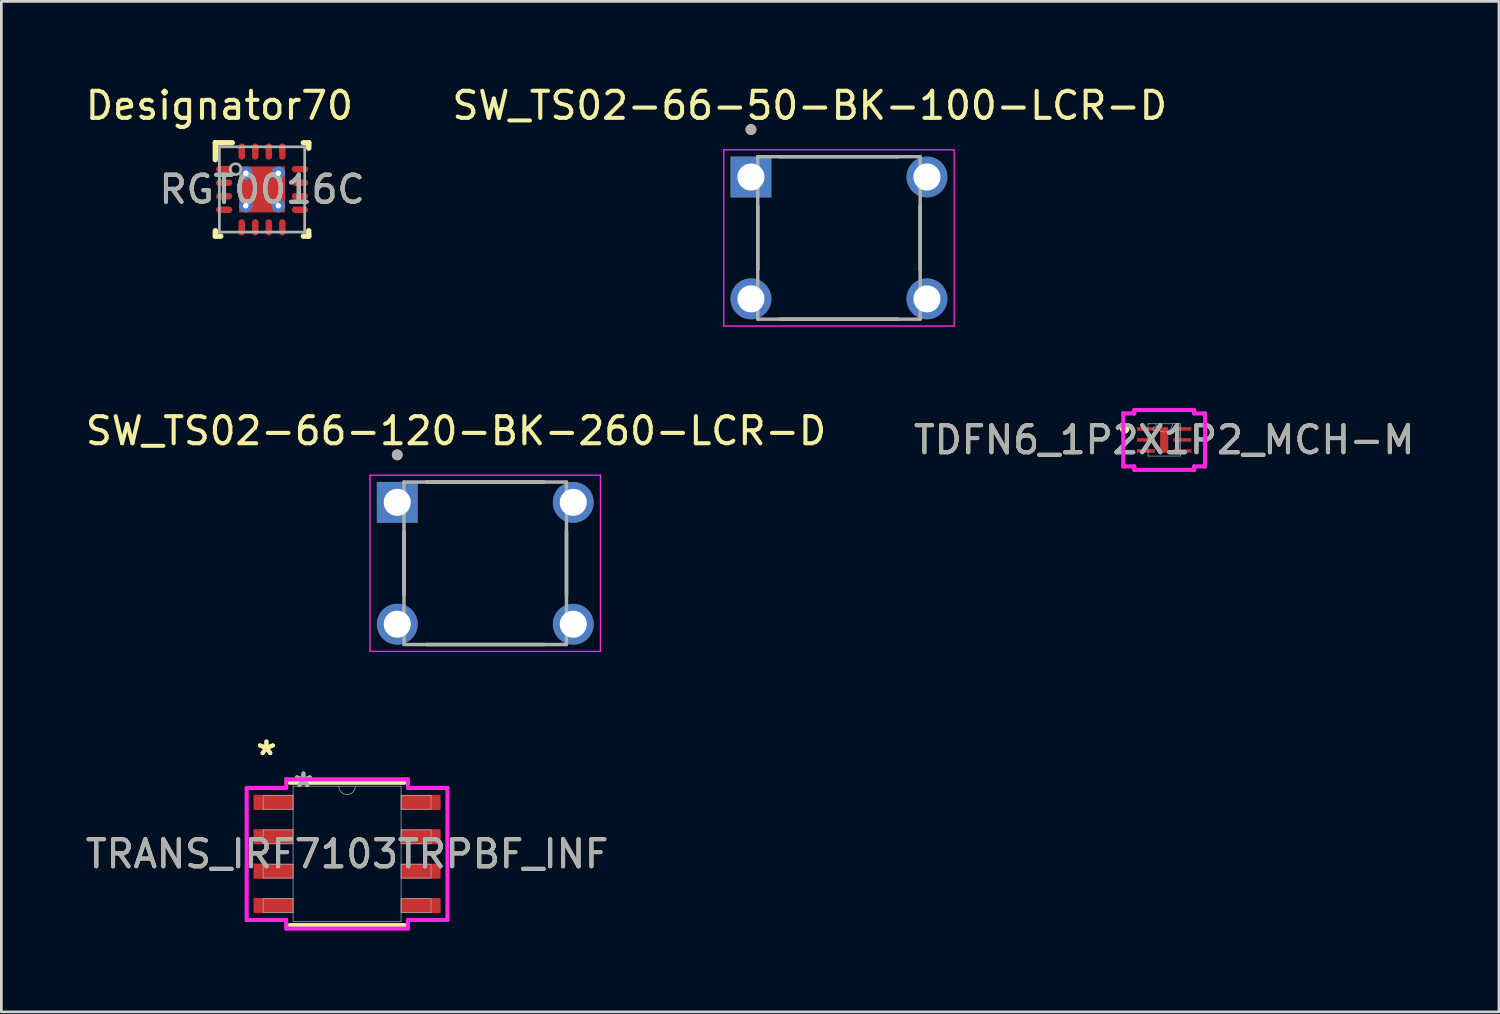
<source format=kicad_pcb>
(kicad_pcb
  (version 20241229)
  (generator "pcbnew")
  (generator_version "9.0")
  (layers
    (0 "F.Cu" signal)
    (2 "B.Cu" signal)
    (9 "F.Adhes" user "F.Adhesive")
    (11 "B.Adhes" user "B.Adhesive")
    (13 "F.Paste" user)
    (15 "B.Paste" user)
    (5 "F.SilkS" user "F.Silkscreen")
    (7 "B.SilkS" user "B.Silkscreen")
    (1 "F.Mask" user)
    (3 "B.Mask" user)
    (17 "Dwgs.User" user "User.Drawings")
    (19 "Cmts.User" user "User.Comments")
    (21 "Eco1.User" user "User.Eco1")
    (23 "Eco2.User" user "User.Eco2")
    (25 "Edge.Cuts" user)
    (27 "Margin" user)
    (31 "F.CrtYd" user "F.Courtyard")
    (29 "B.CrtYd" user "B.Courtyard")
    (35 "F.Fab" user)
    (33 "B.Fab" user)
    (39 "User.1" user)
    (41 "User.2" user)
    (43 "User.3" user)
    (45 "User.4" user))
  (footprint "RGT0016C"
    (layer "F.Cu")
    (at 6.628 3.947)
    (property "Reference" "RGT0016C" (at 0 0 0) (unlocked yes) (layer "F.SilkS") (effects (font (size 1 1) (thickness 0.15))))
    (attr smd)
    (fp_line (start -1.725 -1.725) (end -1.1 -1.725) (stroke (width 0.2) (type solid)) (layer "F.SilkS"))
    (fp_line (start -1.725 -1.1) (end -1.725 -1.725) (stroke (width 0.2) (type solid)) (layer "F.SilkS"))
    (fp_line (start -1.725 1.725) (end -1.725 1.525) (stroke (width 0.2) (type solid)) (layer "F.SilkS"))
    (fp_line (start -1.725 1.725) (end -1.525 1.725) (stroke (width 0.2) (type solid)) (layer "F.SilkS"))
    (fp_line (start 1.525 -1.725) (end 1.725 -1.725) (stroke (width 0.2) (type solid)) (layer "F.SilkS"))
    (fp_line (start 1.525 1.725) (end 1.725 1.725) (stroke (width 0.2) (type solid)) (layer "F.SilkS"))
    (fp_line (start 1.725 -1.525) (end 1.725 -1.725) (stroke (width 0.2) (type solid)) (layer "F.SilkS"))
    (fp_line (start 1.725 1.725) (end 1.725 1.525) (stroke (width 0.2) (type solid)) (layer "F.SilkS"))
    (fp_poly (pts (xy -0.774 0.774) (xy 0.774 0.774) (xy 0.774 -0.774) (xy -0.774 -0.774)) (stroke (width 0) (type solid)) (fill yes) (layer "F.Paste"))
    (fp_line (start -1.575 -1.575) (end 1.575 -1.575) (stroke (width 0.1) (type solid)) (layer "F.Fab"))
    (fp_line (start -1.575 1.575) (end -1.575 -1.575) (stroke (width 0.1) (type solid)) (layer "F.Fab"))
    (fp_line (start -1.575 1.575) (end 1.575 1.575) (stroke (width 0.1) (type solid)) (layer "F.Fab"))
    (fp_line (start 1.575 1.575) (end 1.575 -1.575) (stroke (width 0.1) (type solid)) (layer "F.Fab"))
    (fp_circle (center -0.975 -0.75) (end -0.775 -0.75) (stroke (width 0.1) (type solid)) (fill no) (layer "F.Fab"))
    (fp_text user "Designator70" (at -1.575 -3.099 0) (unlocked yes) (layer "F.SilkS") (effects (font (size 1 1) (thickness 0.15))))
    (fp_text user "${REFERENCE}" (at 0 0 0) (unlocked yes) (layer "F.Fab") (effects (font (size 1 1) (thickness 0.15))))
    (pad "1" smd oval (at -1.4 -0.75 90) (size 0.24 0.6) (layers "F.Cu" "F.Mask" "F.Paste"))
    (pad "2" smd oval (at -1.4 -0.25 90) (size 0.24 0.6) (layers "F.Cu" "F.Mask" "F.Paste"))
    (pad "3" smd oval (at -1.4 0.25 90) (size 0.24 0.6) (layers "F.Cu" "F.Mask" "F.Paste"))
    (pad "4" smd oval (at -1.4 0.75 90) (size 0.24 0.6) (layers "F.Cu" "F.Mask" "F.Paste"))
    (pad "5" smd oval (at -0.75 1.4) (size 0.24 0.6) (layers "F.Cu" "F.Mask" "F.Paste"))
    (pad "6" smd oval (at -0.25 1.4) (size 0.24 0.6) (layers "F.Cu" "F.Mask" "F.Paste"))
    (pad "7" smd oval (at 0.25 1.4) (size 0.24 0.6) (layers "F.Cu" "F.Mask" "F.Paste"))
    (pad "8" smd oval (at 0.75 1.4) (size 0.24 0.6) (layers "F.Cu" "F.Mask" "F.Paste"))
    (pad "9" smd oval (at 1.4 0.75 90) (size 0.24 0.6) (layers "F.Cu" "F.Mask" "F.Paste"))
    (pad "10" smd oval (at 1.4 0.25 90) (size 0.24 0.6) (layers "F.Cu" "F.Mask" "F.Paste"))
    (pad "11" smd oval (at 1.4 -0.25 90) (size 0.24 0.6) (layers "F.Cu" "F.Mask" "F.Paste"))
    (pad "12" smd oval (at 1.4 -0.75 90) (size 0.24 0.6) (layers "F.Cu" "F.Mask" "F.Paste"))
    (pad "13" smd oval (at 0.75 -1.4) (size 0.24 0.6) (layers "F.Cu" "F.Mask" "F.Paste"))
    (pad "14" smd oval (at 0.25 -1.4) (size 0.24 0.6) (layers "F.Cu" "F.Mask" "F.Paste"))
    (pad "15" smd oval (at -0.25 -1.4) (size 0.24 0.6) (layers "F.Cu" "F.Mask" "F.Paste"))
    (pad "16" smd oval (at -0.75 -1.4) (size 0.24 0.6) (layers "F.Cu" "F.Mask" "F.Paste"))
    (pad "17" smd rect (at 0.000003 0) (size 1.7 1.7) (layers "F.Cu" "F.Mask"))
    (pad "V" thru_hole circle (at -0.6 -0.6) (size 0.5 0.5) (drill 0.203) (layers "*.Cu" "*.Mask"))
    (pad "V" thru_hole circle (at -0.6 0.6) (size 0.5 0.5) (drill 0.203) (layers "*.Cu" "*.Mask"))
    (pad "V" thru_hole circle (at 0.6 -0.6) (size 0.5 0.5) (drill 0.203) (layers "*.Cu" "*.Mask"))
    (pad "V" thru_hole circle (at 0.6 0.6) (size 0.5 0.5) (drill 0.203) (layers "*.Cu" "*.Mask")))
  (footprint "SW_TS02-66-120-BK-260-LCR-D"
    (layer "F.Cu")
    (at 14.871 17.753)
    (property "Reference" "SW_TS02-66-120-BK-260-LCR-D" (at -1.079 -4.889 0) (layer "F.SilkS") (effects (font (size 1 1) (thickness 0.15))))
    (attr through_hole)
    (fp_line (start -3 -1.176) (end -3 1.176) (stroke (width 0.127) (type solid)) (layer "F.SilkS"))
    (fp_line (start -2.176 -3) (end 2.176 -3) (stroke (width 0.127) (type solid)) (layer "F.SilkS"))
    (fp_line (start -2.176 3) (end 2.176 3) (stroke (width 0.127) (type solid)) (layer "F.SilkS"))
    (fp_line (start 3 -1.176) (end 3 1.176) (stroke (width 0.127) (type solid)) (layer "F.SilkS"))
    (fp_circle (center -3.25 -4.004) (end -3.15 -4.004) (stroke (width 0.2) (type solid)) (fill no) (layer "F.SilkS"))
    (fp_line (start -4.254 -3.254) (end -4.254 3.254) (stroke (width 0.05) (type solid)) (layer "F.CrtYd"))
    (fp_line (start -4.254 3.254) (end 4.254 3.254) (stroke (width 0.05) (type solid)) (layer "F.CrtYd"))
    (fp_line (start 4.254 -3.254) (end -4.254 -3.254) (stroke (width 0.05) (type solid)) (layer "F.CrtYd"))
    (fp_line (start 4.254 3.254) (end 4.254 -3.254) (stroke (width 0.05) (type solid)) (layer "F.CrtYd"))
    (fp_line (start -3 -3) (end 3 -3) (stroke (width 0.127) (type solid)) (layer "F.Fab"))
    (fp_line (start -3 3) (end -3 -3) (stroke (width 0.127) (type solid)) (layer "F.Fab"))
    (fp_line (start 3 -3) (end 3 3) (stroke (width 0.127) (type solid)) (layer "F.Fab"))
    (fp_line (start 3 3) (end -3 3) (stroke (width 0.127) (type solid)) (layer "F.Fab"))
    (fp_circle (center -3.25 -4.004) (end -3.15 -4.004) (stroke (width 0.2) (type solid)) (fill no) (layer "F.Fab"))
    (pad "1" thru_hole rect (at -3.25 -2.25) (size 1.508 1.508) (drill 1) (layers "*.Cu" "*.Mask"))
    (pad "2" thru_hole circle (at 3.25 -2.25) (size 1.508 1.508) (drill 1) (layers "*.Cu" "*.Mask"))
    (pad "3" thru_hole circle (at -3.25 2.25) (size 1.508 1.508) (drill 1) (layers "*.Cu" "*.Mask"))
    (pad "4" thru_hole circle (at 3.25 2.25) (size 1.508 1.508) (drill 1) (layers "*.Cu" "*.Mask")))
  (footprint "TRANS_IRF7103TRPBF_INF"
    (layer "F.Cu")
    (at 9.768 28.488)
    (property "Reference" "TRANS_IRF7103TRPBF_INF" (at 0 0 0) (unlocked yes) (layer "F.SilkS") (effects (font (size 1 1) (thickness 0.15))))
    (attr smd)
    (fp_line (start -2.121 2.629) (end 2.121 2.629) (stroke (width 0.152) (type solid)) (layer "F.SilkS"))
    (fp_line (start 2.121 -2.629) (end -2.121 -2.629) (stroke (width 0.152) (type solid)) (layer "F.SilkS"))
    (fp_line (start -3.708 -2.438) (end -2.248 -2.438) (stroke (width 0.152) (type solid)) (layer "F.CrtYd"))
    (fp_line (start -3.708 2.438) (end -3.708 -2.438) (stroke (width 0.152) (type solid)) (layer "F.CrtYd"))
    (fp_line (start -3.708 2.438) (end -2.248 2.438) (stroke (width 0.152) (type solid)) (layer "F.CrtYd"))
    (fp_line (start -2.248 -2.756) (end 2.248 -2.756) (stroke (width 0.152) (type solid)) (layer "F.CrtYd"))
    (fp_line (start -2.248 -2.438) (end -2.248 -2.756) (stroke (width 0.152) (type solid)) (layer "F.CrtYd"))
    (fp_line (start -2.248 2.756) (end -2.248 2.438) (stroke (width 0.152) (type solid)) (layer "F.CrtYd"))
    (fp_line (start 2.248 -2.756) (end 2.248 -2.438) (stroke (width 0.152) (type solid)) (layer "F.CrtYd"))
    (fp_line (start 2.248 2.438) (end 2.248 2.756) (stroke (width 0.152) (type solid)) (layer "F.CrtYd"))
    (fp_line (start 2.248 2.756) (end -2.248 2.756) (stroke (width 0.152) (type solid)) (layer "F.CrtYd"))
    (fp_line (start 3.708 -2.438) (end 2.248 -2.438) (stroke (width 0.152) (type solid)) (layer "F.CrtYd"))
    (fp_line (start 3.708 -2.438) (end 3.708 2.438) (stroke (width 0.152) (type solid)) (layer "F.CrtYd"))
    (fp_line (start 3.708 2.438) (end 2.248 2.438) (stroke (width 0.152) (type solid)) (layer "F.CrtYd"))
    (fp_line (start -3.099 -2.159) (end -3.099 -1.651) (stroke (width 0.025) (type solid)) (layer "F.Fab"))
    (fp_line (start -3.099 -1.651) (end -1.994 -1.651) (stroke (width 0.025) (type solid)) (layer "F.Fab"))
    (fp_line (start -3.099 -0.889) (end -3.099 -0.381) (stroke (width 0.025) (type solid)) (layer "F.Fab"))
    (fp_line (start -3.099 -0.381) (end -1.994 -0.381) (stroke (width 0.025) (type solid)) (layer "F.Fab"))
    (fp_line (start -3.099 0.381) (end -3.099 0.889) (stroke (width 0.025) (type solid)) (layer "F.Fab"))
    (fp_line (start -3.099 0.889) (end -1.994 0.889) (stroke (width 0.025) (type solid)) (layer "F.Fab"))
    (fp_line (start -3.099 1.651) (end -3.099 2.159) (stroke (width 0.025) (type solid)) (layer "F.Fab"))
    (fp_line (start -3.099 2.159) (end -1.994 2.159) (stroke (width 0.025) (type solid)) (layer "F.Fab"))
    (fp_line (start -1.994 -2.502) (end -1.994 2.502) (stroke (width 0.025) (type solid)) (layer "F.Fab"))
    (fp_line (start -1.994 -2.159) (end -3.099 -2.159) (stroke (width 0.025) (type solid)) (layer "F.Fab"))
    (fp_line (start -1.994 -1.651) (end -1.994 -2.159) (stroke (width 0.025) (type solid)) (layer "F.Fab"))
    (fp_line (start -1.994 -0.889) (end -3.099 -0.889) (stroke (width 0.025) (type solid)) (layer "F.Fab"))
    (fp_line (start -1.994 -0.381) (end -1.994 -0.889) (stroke (width 0.025) (type solid)) (layer "F.Fab"))
    (fp_line (start -1.994 0.381) (end -3.099 0.381) (stroke (width 0.025) (type solid)) (layer "F.Fab"))
    (fp_line (start -1.994 0.889) (end -1.994 0.381) (stroke (width 0.025) (type solid)) (layer "F.Fab"))
    (fp_line (start -1.994 1.651) (end -3.099 1.651) (stroke (width 0.025) (type solid)) (layer "F.Fab"))
    (fp_line (start -1.994 2.159) (end -1.994 1.651) (stroke (width 0.025) (type solid)) (layer "F.Fab"))
    (fp_line (start -1.994 2.502) (end 1.994 2.502) (stroke (width 0.025) (type solid)) (layer "F.Fab"))
    (fp_line (start 1.994 -2.502) (end -1.994 -2.502) (stroke (width 0.025) (type solid)) (layer "F.Fab"))
    (fp_line (start 1.994 -2.159) (end 1.994 -1.651) (stroke (width 0.025) (type solid)) (layer "F.Fab"))
    (fp_line (start 1.994 -1.651) (end 3.099 -1.651) (stroke (width 0.025) (type solid)) (layer "F.Fab"))
    (fp_line (start 1.994 -0.889) (end 1.994 -0.381) (stroke (width 0.025) (type solid)) (layer "F.Fab"))
    (fp_line (start 1.994 -0.381) (end 3.099 -0.381) (stroke (width 0.025) (type solid)) (layer "F.Fab"))
    (fp_line (start 1.994 0.381) (end 1.994 0.889) (stroke (width 0.025) (type solid)) (layer "F.Fab"))
    (fp_line (start 1.994 0.889) (end 3.099 0.889) (stroke (width 0.025) (type solid)) (layer "F.Fab"))
    (fp_line (start 1.994 1.651) (end 1.994 2.159) (stroke (width 0.025) (type solid)) (layer "F.Fab"))
    (fp_line (start 1.994 2.159) (end 3.099 2.159) (stroke (width 0.025) (type solid)) (layer "F.Fab"))
    (fp_line (start 1.994 2.502) (end 1.994 -2.502) (stroke (width 0.025) (type solid)) (layer "F.Fab"))
    (fp_line (start 3.099 -2.159) (end 1.994 -2.159) (stroke (width 0.025) (type solid)) (layer "F.Fab"))
    (fp_line (start 3.099 -1.651) (end 3.099 -2.159) (stroke (width 0.025) (type solid)) (layer "F.Fab"))
    (fp_line (start 3.099 -0.889) (end 1.994 -0.889) (stroke (width 0.025) (type solid)) (layer "F.Fab"))
    (fp_line (start 3.099 -0.381) (end 3.099 -0.889) (stroke (width 0.025) (type solid)) (layer "F.Fab"))
    (fp_line (start 3.099 0.381) (end 1.994 0.381) (stroke (width 0.025) (type solid)) (layer "F.Fab"))
    (fp_line (start 3.099 0.889) (end 3.099 0.381) (stroke (width 0.025) (type solid)) (layer "F.Fab"))
    (fp_line (start 3.099 1.651) (end 1.994 1.651) (stroke (width 0.025) (type solid)) (layer "F.Fab"))
    (fp_line (start 3.099 2.159) (end 3.099 1.651) (stroke (width 0.025) (type solid)) (layer "F.Fab"))
    (fp_arc (start 0.3048 -2.5019) (mid 0 -2.1971) (end -0.3048 -2.5019) (stroke (width 0.0254) (type solid)) (layer "F.Fab"))
    (fp_text user "*" (at -2.978 -3.607 0) (unlocked yes) (layer "F.SilkS") (effects (font (size 1 1) (thickness 0.15))))
    (fp_text user "*" (at -2.978 -3.607 0) (layer "F.SilkS") (effects (font (size 1 1) (thickness 0.15))))
    (fp_text user "*" (at -1.613 -2.426 0) (unlocked yes) (layer "F.Fab") (effects (font (size 1 1) (thickness 0.15))))
    (fp_text user "*" (at -1.613 -2.426 0) (layer "F.Fab") (effects (font (size 1 1) (thickness 0.15))))
    (fp_text user "${REFERENCE}" (at 0 0 0) (unlocked yes) (layer "F.Fab") (effects (font (size 1 1) (thickness 0.15))))
    (pad "1" smd rect (at -2.724 -1.905) (size 1.46 0.559) (layers "F.Cu" "F.Mask" "F.Paste"))
    (pad "2" smd rect (at -2.724 -0.635) (size 1.46 0.559) (layers "F.Cu" "F.Mask" "F.Paste"))
    (pad "3" smd rect (at -2.724 0.635) (size 1.46 0.559) (layers "F.Cu" "F.Mask" "F.Paste"))
    (pad "4" smd rect (at -2.724 1.905) (size 1.46 0.559) (layers "F.Cu" "F.Mask" "F.Paste"))
    (pad "5" smd rect (at 2.724 1.905) (size 1.46 0.559) (layers "F.Cu" "F.Mask" "F.Paste"))
    (pad "6" smd rect (at 2.724 0.635) (size 1.46 0.559) (layers "F.Cu" "F.Mask" "F.Paste"))
    (pad "7" smd rect (at 2.724 -0.635) (size 1.46 0.559) (layers "F.Cu" "F.Mask" "F.Paste"))
    (pad "8" smd rect (at 2.724 -1.905) (size 1.46 0.559) (layers "F.Cu" "F.Mask" "F.Paste")))
  (footprint "SW_TS02-66-50-BK-100-LCR-D"
    (layer "F.Cu")
    (at 27.934 5.737)
    (property "Reference" "SW_TS02-66-50-BK-100-LCR-D" (at -1.079 -4.889 0) (layer "F.SilkS") (effects (font (size 1 1) (thickness 0.15))))
    (attr through_hole)
    (fp_line (start -3 -1.176) (end -3 1.176) (stroke (width 0.127) (type solid)) (layer "F.SilkS"))
    (fp_line (start -2.176 -3) (end 2.176 -3) (stroke (width 0.127) (type solid)) (layer "F.SilkS"))
    (fp_line (start -2.176 3) (end 2.176 3) (stroke (width 0.127) (type solid)) (layer "F.SilkS"))
    (fp_line (start 3 -1.176) (end 3 1.176) (stroke (width 0.127) (type solid)) (layer "F.SilkS"))
    (fp_circle (center -3.25 -4.004) (end -3.15 -4.004) (stroke (width 0.2) (type solid)) (fill no) (layer "F.SilkS"))
    (fp_line (start -4.254 -3.254) (end -4.254 3.254) (stroke (width 0.05) (type solid)) (layer "F.CrtYd"))
    (fp_line (start -4.254 3.254) (end 4.254 3.254) (stroke (width 0.05) (type solid)) (layer "F.CrtYd"))
    (fp_line (start 4.254 -3.254) (end -4.254 -3.254) (stroke (width 0.05) (type solid)) (layer "F.CrtYd"))
    (fp_line (start 4.254 3.254) (end 4.254 -3.254) (stroke (width 0.05) (type solid)) (layer "F.CrtYd"))
    (fp_line (start -3 -3) (end 3 -3) (stroke (width 0.127) (type solid)) (layer "F.Fab"))
    (fp_line (start -3 3) (end -3 -3) (stroke (width 0.127) (type solid)) (layer "F.Fab"))
    (fp_line (start 3 -3) (end 3 3) (stroke (width 0.127) (type solid)) (layer "F.Fab"))
    (fp_line (start 3 3) (end -3 3) (stroke (width 0.127) (type solid)) (layer "F.Fab"))
    (fp_circle (center -3.25 -4.004) (end -3.15 -4.004) (stroke (width 0.2) (type solid)) (fill no) (layer "F.Fab"))
    (pad "1" thru_hole rect (at -3.25 -2.25) (size 1.508 1.508) (drill 1) (layers "*.Cu" "*.Mask"))
    (pad "2" thru_hole circle (at 3.25 -2.25) (size 1.508 1.508) (drill 1) (layers "*.Cu" "*.Mask"))
    (pad "3" thru_hole circle (at -3.25 2.25) (size 1.508 1.508) (drill 1) (layers "*.Cu" "*.Mask"))
    (pad "4" thru_hole circle (at 3.25 2.25) (size 1.508 1.508) (drill 1) (layers "*.Cu" "*.Mask")))
  (footprint "TDFN6_1P2X1P2_MCH-M"
    (layer "F.Cu")
    (at 39.946 13.197)
    (property "Reference" "TDFN6_1P2X1P2_MCH-M" (at 0 0 0) (unlocked yes) (layer "F.SilkS") (effects (font (size 1 1) (thickness 0.15))))
    (attr smd)
    (fp_circle (center -1.46 -0.406) (end -1.359 -0.406) (stroke (width 0.152) (type solid)) (fill no) (layer "F.SilkS"))
    (fp_line (start -1.511 -0.978) (end -1.105 -0.978) (stroke (width 0.152) (type solid)) (layer "F.CrtYd"))
    (fp_line (start -1.511 0.978) (end -1.511 -0.978) (stroke (width 0.152) (type solid)) (layer "F.CrtYd"))
    (fp_line (start -1.511 0.978) (end -1.105 0.978) (stroke (width 0.152) (type solid)) (layer "F.CrtYd"))
    (fp_line (start -1.105 -1.105) (end 1.105 -1.105) (stroke (width 0.152) (type solid)) (layer "F.CrtYd"))
    (fp_line (start -1.105 -0.978) (end -1.105 -1.105) (stroke (width 0.152) (type solid)) (layer "F.CrtYd"))
    (fp_line (start -1.105 1.105) (end -1.105 0.978) (stroke (width 0.152) (type solid)) (layer "F.CrtYd"))
    (fp_line (start 1.105 -1.105) (end 1.105 -0.978) (stroke (width 0.152) (type solid)) (layer "F.CrtYd"))
    (fp_line (start 1.105 0.978) (end 1.105 1.105) (stroke (width 0.152) (type solid)) (layer "F.CrtYd"))
    (fp_line (start 1.105 1.105) (end -1.105 1.105) (stroke (width 0.152) (type solid)) (layer "F.CrtYd"))
    (fp_line (start 1.511 -0.978) (end 1.105 -0.978) (stroke (width 0.152) (type solid)) (layer "F.CrtYd"))
    (fp_line (start 1.511 -0.978) (end 1.511 0.978) (stroke (width 0.152) (type solid)) (layer "F.CrtYd"))
    (fp_line (start 1.511 0.978) (end 1.105 0.978) (stroke (width 0.152) (type solid)) (layer "F.CrtYd"))
    (fp_line (start -0.597 -0.597) (end -0.597 0.597) (stroke (width 0.025) (type solid)) (layer "F.Fab"))
    (fp_line (start -0.597 0.597) (end 0.597 0.597) (stroke (width 0.025) (type solid)) (layer "F.Fab"))
    (fp_line (start 0.597 -0.597) (end -0.597 -0.597) (stroke (width 0.025) (type solid)) (layer "F.Fab"))
    (fp_line (start 0.597 0.597) (end 0.597 -0.597) (stroke (width 0.025) (type solid)) (layer "F.Fab"))
    (fp_arc (start 0.3048 -0.5969) (mid 0 -0.2921) (end -0.3048 -0.5969) (stroke (width 0.0254) (type solid)) (layer "F.Fab"))
    (fp_circle (center -0.343 -0.406) (end -0.267 -0.406) (stroke (width 0.025) (type solid)) (fill no) (layer "F.Fab"))
    (fp_text user "${REFERENCE}" (at 0 0 0) (unlocked yes) (layer "F.Fab") (effects (font (size 1 1) (thickness 0.15))))
    (pad "1" smd rect (at -0.673 -0.406) (size 0.66 0.127) (layers "F.Cu" "F.Mask" "F.Paste"))
    (pad "2" smd rect (at -0.673 0) (size 0.66 0.127) (layers "F.Cu" "F.Mask" "F.Paste"))
    (pad "3" smd rect (at -0.673 0.406) (size 0.66 0.127) (layers "F.Cu" "F.Mask" "F.Paste"))
    (pad "4" smd rect (at 0.673 0.406) (size 0.66 0.127) (layers "F.Cu" "F.Mask" "F.Paste"))
    (pad "5" smd rect (at 0.673 0) (size 0.66 0.127) (layers "F.Cu" "F.Mask" "F.Paste"))
    (pad "6" smd rect (at 0.673 -0.406) (size 0.66 0.127) (layers "F.Cu" "F.Mask" "F.Paste"))
    (pad "7" smd rect (at 0 0) (size 0.3 0.94) (layers "F.Cu" "F.Mask" "F.Paste")))
  (gr_rect
    (start -3 -3)
    (end 52.31 34.32)
    (stroke (width 0.1) (type default))
    (fill no)
    (layer "Edge.Cuts")))
</source>
